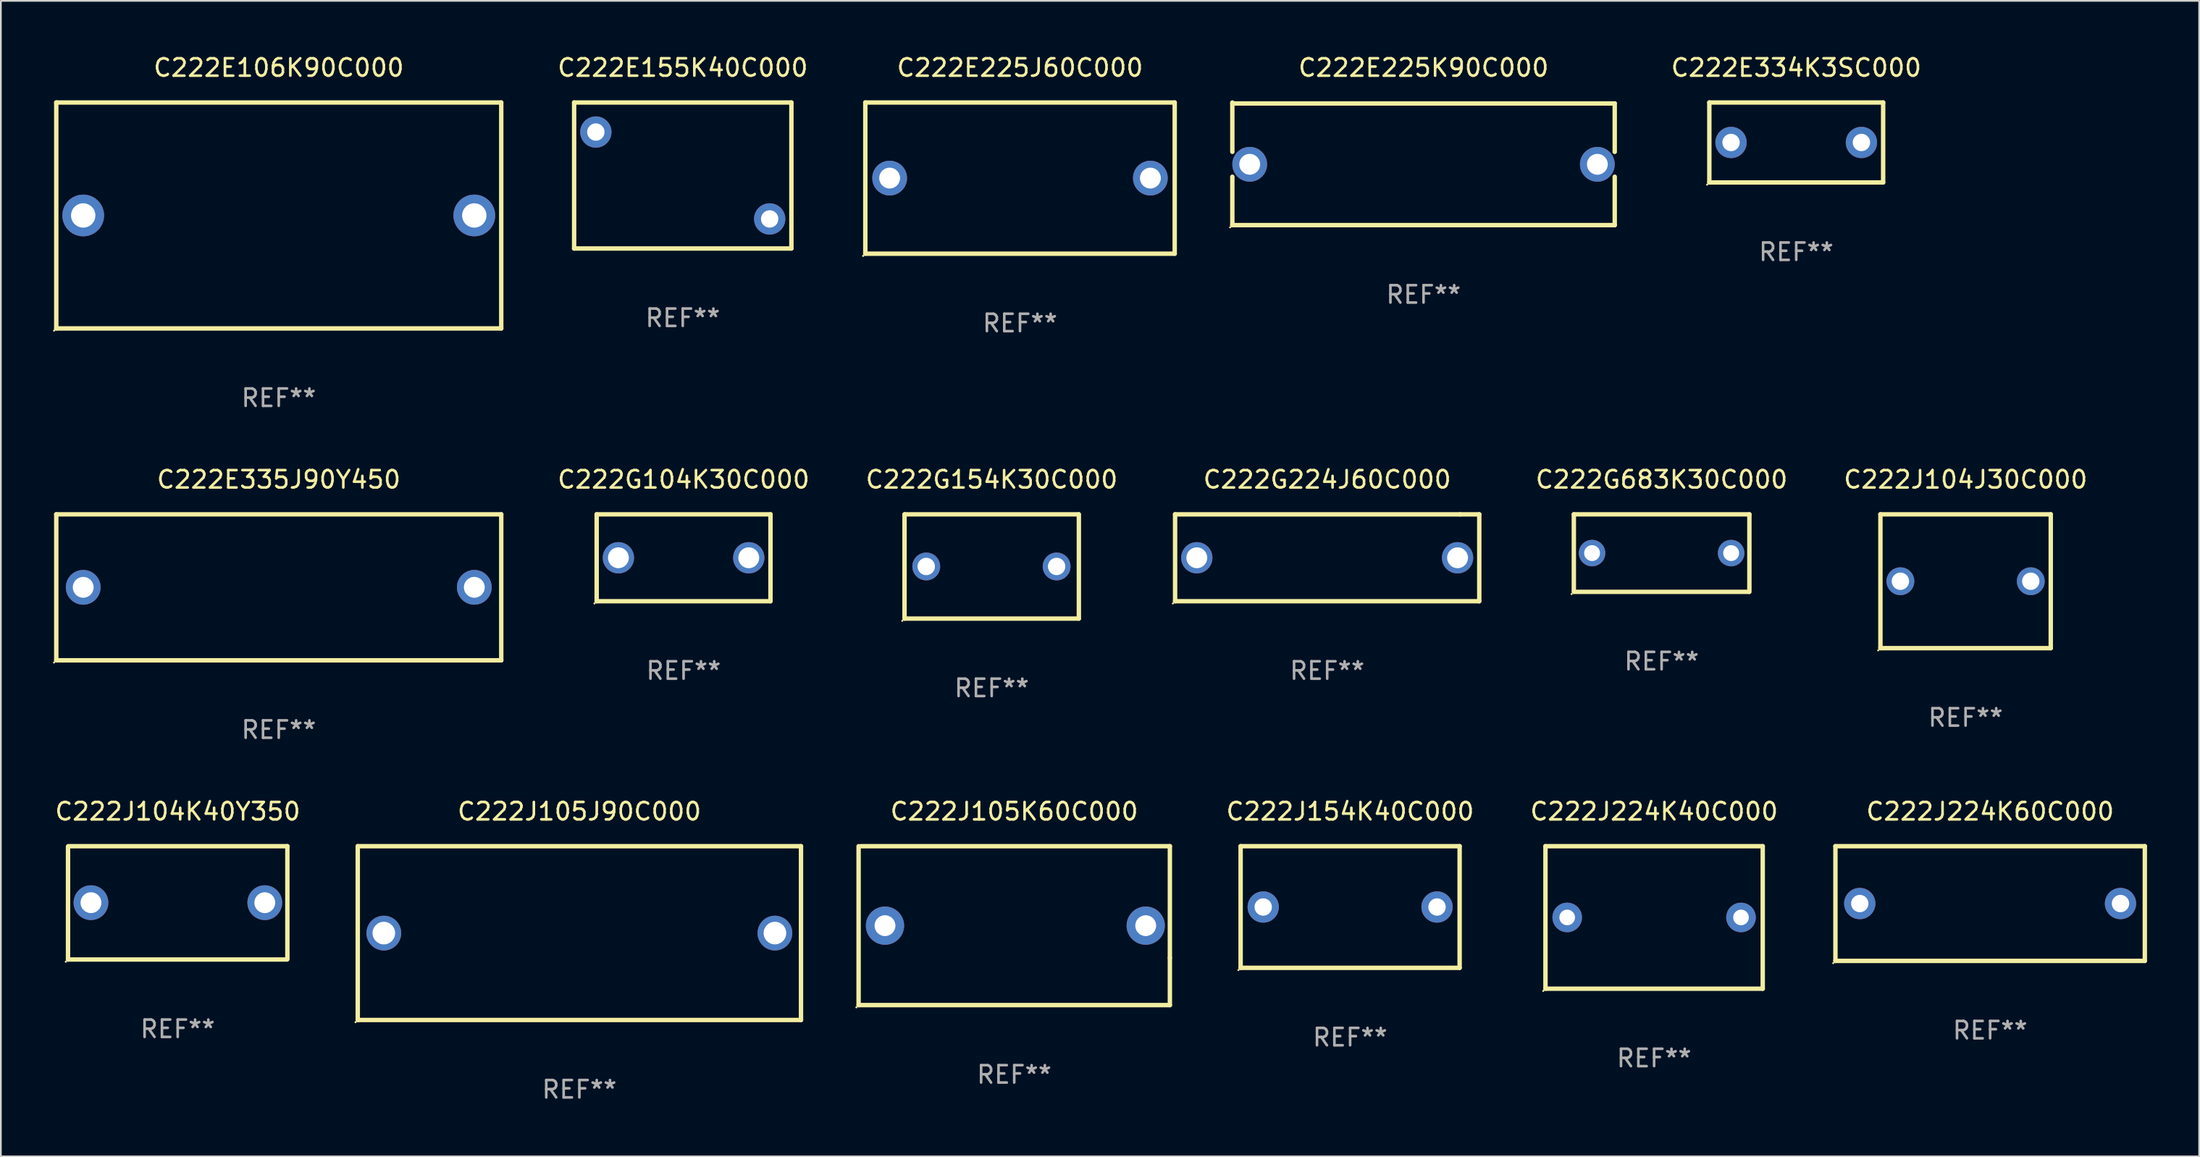
<source format=kicad_pcb>
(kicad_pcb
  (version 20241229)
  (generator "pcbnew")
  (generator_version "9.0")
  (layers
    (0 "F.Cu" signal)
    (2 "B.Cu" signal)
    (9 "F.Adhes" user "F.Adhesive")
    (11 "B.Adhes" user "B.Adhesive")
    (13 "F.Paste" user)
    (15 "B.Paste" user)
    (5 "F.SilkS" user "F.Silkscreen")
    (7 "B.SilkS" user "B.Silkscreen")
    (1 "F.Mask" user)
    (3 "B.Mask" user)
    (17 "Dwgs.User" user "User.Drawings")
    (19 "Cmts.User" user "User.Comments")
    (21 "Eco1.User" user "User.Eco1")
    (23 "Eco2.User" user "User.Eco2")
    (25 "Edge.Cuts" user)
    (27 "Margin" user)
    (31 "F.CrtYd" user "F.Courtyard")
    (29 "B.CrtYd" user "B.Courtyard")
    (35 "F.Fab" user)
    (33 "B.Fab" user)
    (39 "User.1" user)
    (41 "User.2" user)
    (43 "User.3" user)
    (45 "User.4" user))
  (footprint "C222E335J90Y450"
    (layer "F.Cu")
    (at 12.987 30.745)
    (property "Reference" "C222E335J90Y450" (at 0 -6.2 0) (layer "F.SilkS") (effects (font (size 1 1) (thickness 0.15))))
    (attr through_hole)
    (fp_line (start -12.8 -4.2) (end -12.8 4.2) (stroke (width 0.254) (type solid)) (layer "F.SilkS"))
    (fp_line (start -12.8 -4.2) (end 12.8 -4.2) (stroke (width 0.254) (type solid)) (layer "F.SilkS"))
    (fp_line (start 12.8 -4.2) (end 12.8 4.2) (stroke (width 0.254) (type solid)) (layer "F.SilkS"))
    (fp_line (start 12.8 4.2) (end -12.8 4.2) (stroke (width 0.254) (type solid)) (layer "F.SilkS"))
    (fp_circle (center -12.927 4.327) (end -12.897 4.327) (stroke (width 0.06) (type solid)) (fill no) (layer "F.SilkS"))
    (fp_text user "REF**" (at 0 8.2 0) (layer "F.Fab") (effects (font (size 1 1) (thickness 0.15))))
    (pad "1" thru_hole circle (at -11.25 0) (size 2 2) (drill 1.2) (layers "*.Cu" "*.Mask"))
    (pad "2" thru_hole circle (at 11.25 0) (size 2 2) (drill 1.2) (layers "*.Cu" "*.Mask")))
  (footprint "C222J224K40C000"
    (layer "F.Cu")
    (at 92.112 49.741)
    (property "Reference" "C222J224K40C000" (at 0 -6.1 0) (layer "F.SilkS") (effects (font (size 1 1) (thickness 0.15))))
    (attr through_hole)
    (fp_line (start -6.25 -4.1) (end -6.25 4.1) (stroke (width 0.254) (type solid)) (layer "F.SilkS"))
    (fp_line (start -6.25 -4.1) (end 6.249 -4.1) (stroke (width 0.254) (type solid)) (layer "F.SilkS"))
    (fp_line (start -6.249 4.1) (end 6.25 4.1) (stroke (width 0.254) (type solid)) (layer "F.SilkS"))
    (fp_line (start 6.25 -4.1) (end 6.25 4.1) (stroke (width 0.254) (type solid)) (layer "F.SilkS"))
    (fp_circle (center -6.377 4.227) (end -6.347 4.227) (stroke (width 0.06) (type solid)) (fill no) (layer "F.SilkS"))
    (fp_text user "REF**" (at 0 8.1 0) (layer "F.Fab") (effects (font (size 1 1) (thickness 0.15))))
    (pad "1" thru_hole circle (at -5 0.000013) (size 1.7 1.7) (drill 0.9) (layers "*.Cu" "*.Mask"))
    (pad "2" thru_hole circle (at 5 0.000013) (size 1.7 1.7) (drill 0.9) (layers "*.Cu" "*.Mask")))
  (footprint "C222E225J60C000"
    (layer "F.Cu")
    (at 55.632 7.198)
    (property "Reference" "C222E225J60C000" (at 0 -6.35 0) (layer "F.SilkS") (effects (font (size 1 1) (thickness 0.15))))
    (attr through_hole)
    (fp_line (start -8.9 -4.35) (end -8.9 4.35) (stroke (width 0.254) (type solid)) (layer "F.SilkS"))
    (fp_line (start -8.9 -4.35) (end 8.9 -4.35) (stroke (width 0.254) (type solid)) (layer "F.SilkS"))
    (fp_line (start 8.9 4.35) (end -8.9 4.35) (stroke (width 0.254) (type solid)) (layer "F.SilkS"))
    (fp_line (start 8.9 -4.35) (end 8.9 4.35) (stroke (width 0.254) (type solid)) (layer "F.SilkS"))
    (fp_circle (center -9.027 4.477) (end -8.997 4.477) (stroke (width 0.06) (type solid)) (fill no) (layer "F.SilkS"))
    (fp_text user "REF**" (at 0 8.35 0) (layer "F.Fab") (effects (font (size 1 1) (thickness 0.15))))
    (pad "1" thru_hole circle (at -7.5 0) (size 2 2) (drill 1.2) (layers "*.Cu" "*.Mask"))
    (pad "2" thru_hole circle (at 7.5 0) (size 2 2) (drill 1.2) (layers "*.Cu" "*.Mask")))
  (footprint "C222J224K60C000"
    (layer "F.Cu")
    (at 111.444 48.941)
    (property "Reference" "C222J224K60C000" (at 0 -5.3 0) (layer "F.SilkS") (effects (font (size 1 1) (thickness 0.15))))
    (attr through_hole)
    (fp_line (start -8.9 -3.3) (end -8.9 3.3) (stroke (width 0.254) (type solid)) (layer "F.SilkS"))
    (fp_line (start -8.9 -3.3) (end 8.9 -3.3) (stroke (width 0.254) (type solid)) (layer "F.SilkS"))
    (fp_line (start -8.9 3.3) (end 8.9 3.3) (stroke (width 0.254) (type solid)) (layer "F.SilkS"))
    (fp_line (start 8.9 -3.3) (end 8.9 3.3) (stroke (width 0.254) (type solid)) (layer "F.SilkS"))
    (fp_circle (center -9.027 3.427) (end -8.997 3.427) (stroke (width 0.06) (type solid)) (fill no) (layer "F.SilkS"))
    (fp_text user "REF**" (at 0 7.3 0) (layer "F.Fab") (effects (font (size 1 1) (thickness 0.15))))
    (pad "1" thru_hole circle (at -7.5 0) (size 1.8 1.8) (drill 1) (layers "*.Cu" "*.Mask"))
    (pad "2" thru_hole circle (at 7.5 0) (size 1.8 1.8) (drill 1) (layers "*.Cu" "*.Mask")))
  (footprint "C222G154K30C000"
    (layer "F.Cu")
    (at 54.003 29.545)
    (property "Reference" "C222G154K30C000" (at 0 -5 0) (layer "F.SilkS") (effects (font (size 1 1) (thickness 0.15))))
    (attr through_hole)
    (fp_line (start -5.015 3) (end -5.015 -3) (stroke (width 0.254) (type solid)) (layer "F.SilkS"))
    (fp_line (start -5.005 -3) (end 4.995 -3) (stroke (width 0.254) (type solid)) (layer "F.SilkS"))
    (fp_line (start 5.005 3) (end -4.995 3) (stroke (width 0.254) (type solid)) (layer "F.SilkS"))
    (fp_line (start 5.015 -3) (end 5.015 3) (stroke (width 0.254) (type solid)) (layer "F.SilkS"))
    (fp_circle (center -5.142 3.127) (end -5.112 3.127) (stroke (width 0.06) (type solid)) (fill no) (layer "F.SilkS"))
    (fp_text user "REF**" (at 0 7 0) (layer "F.Fab") (effects (font (size 1 1) (thickness 0.15))))
    (pad "1" thru_hole circle (at -3.765 0) (size 1.6 1.6) (drill 1) (layers "*.Cu" "*.Mask"))
    (pad "2" thru_hole circle (at 3.735 0) (size 1.6 1.6) (drill 1) (layers "*.Cu" "*.Mask")))
  (footprint "C222J105J90C000"
    (layer "F.Cu")
    (at 30.282 50.641)
    (property "Reference" "C222J105J90C000" (at 0 -7 0) (layer "F.SilkS") (effects (font (size 1 1) (thickness 0.15))))
    (attr through_hole)
    (fp_line (start -12.75 -5) (end 12.75 -5) (stroke (width 0.254) (type solid)) (layer "F.SilkS"))
    (fp_line (start -12.75 5) (end -12.75 -5) (stroke (width 0.254) (type solid)) (layer "F.SilkS"))
    (fp_line (start 12.75 -5) (end 12.75 5) (stroke (width 0.254) (type solid)) (layer "F.SilkS"))
    (fp_line (start 12.75 5) (end -12.75 5) (stroke (width 0.254) (type solid)) (layer "F.SilkS"))
    (fp_circle (center -12.877 5.127) (end -12.847 5.127) (stroke (width 0.06) (type solid)) (fill no) (layer "F.SilkS"))
    (fp_text user "REF**" (at 0 9 0) (layer "F.Fab") (effects (font (size 1 1) (thickness 0.15))))
    (pad "1" thru_hole circle (at -11.25 0) (size 2 2) (drill 1.3) (layers "*.Cu" "*.Mask"))
    (pad "2" thru_hole circle (at 11.25 0) (size 2 2) (drill 1.3) (layers "*.Cu" "*.Mask")))
  (footprint "C222G224J60C000"
    (layer "F.Cu")
    (at 73.304 29.045)
    (property "Reference" "C222G224J60C000" (at 0 -4.5 0) (layer "F.SilkS") (effects (font (size 1 1) (thickness 0.15))))
    (attr through_hole)
    (fp_line (start -8.75 -2.499) (end 7.653 -2.499) (stroke (width 0.254) (type solid)) (layer "F.SilkS"))
    (fp_line (start -8.75 2.5) (end -8.75 -2.5) (stroke (width 0.254) (type solid)) (layer "F.SilkS"))
    (fp_line (start 7.653 -2.499) (end 8.75 -2.499) (stroke (width 0.254) (type solid)) (layer "F.SilkS"))
    (fp_line (start 8.75 -2.5) (end 8.75 2.5) (stroke (width 0.254) (type solid)) (layer "F.SilkS"))
    (fp_line (start 8.75 2.5) (end -8.75 2.5) (stroke (width 0.254) (type solid)) (layer "F.SilkS"))
    (fp_circle (center -8.877 2.627) (end -8.847 2.627) (stroke (width 0.06) (type solid)) (fill no) (layer "F.SilkS"))
    (fp_text user "REF**" (at 0 6.5 0) (layer "F.Fab") (effects (font (size 1 1) (thickness 0.15))))
    (pad "1" thru_hole circle (at -7.501 0) (size 1.8 1.8) (drill 1.2) (layers "*.Cu" "*.Mask"))
    (pad "2" thru_hole circle (at 7.501 0) (size 1.8 1.8) (drill 1.2) (layers "*.Cu" "*.Mask")))
  (footprint "C222J154K40C000"
    (layer "F.Cu")
    (at 74.624 49.141)
    (property "Reference" "C222J154K40C000" (at 0 -5.5 0) (layer "F.SilkS") (effects (font (size 1 1) (thickness 0.15))))
    (attr through_hole)
    (fp_line (start -6.3 -3.5) (end -6.3 3.5) (stroke (width 0.254) (type solid)) (layer "F.SilkS"))
    (fp_line (start -6.3 -3.5) (end 6.3 -3.5) (stroke (width 0.254) (type solid)) (layer "F.SilkS"))
    (fp_line (start -6.3 3.5) (end 6.3 3.5) (stroke (width 0.254) (type solid)) (layer "F.SilkS"))
    (fp_line (start 6.3 -3.5) (end 6.3 3.5) (stroke (width 0.254) (type solid)) (layer "F.SilkS"))
    (fp_circle (center -6.427 3.627) (end -6.397 3.627) (stroke (width 0.06) (type solid)) (fill no) (layer "F.SilkS"))
    (fp_text user "REF**" (at 0 7.5 0) (layer "F.Fab") (effects (font (size 1 1) (thickness 0.15))))
    (pad "1" thru_hole circle (at -5 0) (size 1.8 1.8) (drill 1) (layers "*.Cu" "*.Mask"))
    (pad "2" thru_hole circle (at 5 0) (size 1.8 1.8) (drill 1) (layers "*.Cu" "*.Mask")))
  (footprint "C222J105K60C000"
    (layer "F.Cu")
    (at 55.3 50.213)
    (property "Reference" "C222J105K60C000" (at 0 -6.572 0) (layer "F.SilkS") (effects (font (size 1 1) (thickness 0.15))))
    (attr through_hole)
    (fp_line (start -8.954 4.572) (end -8.954 -4.572) (stroke (width 0.254) (type solid)) (layer "F.SilkS"))
    (fp_line (start -8.827 -4.572) (end 8.954 -4.572) (stroke (width 0.254) (type solid)) (layer "F.SilkS"))
    (fp_line (start 8.954 -4.572) (end 8.954 1.859) (stroke (width 0.254) (type solid)) (layer "F.SilkS"))
    (fp_line (start 8.954 1.859) (end 8.954 4.572) (stroke (width 0.254) (type solid)) (layer "F.SilkS"))
    (fp_line (start 8.954 4.572) (end -8.954 4.572) (stroke (width 0.254) (type solid)) (layer "F.SilkS"))
    (fp_circle (center -9.081 4.699) (end -9.051 4.699) (stroke (width 0.06) (type solid)) (fill no) (layer "F.SilkS"))
    (fp_text user "REF**" (at 0 8.572 0) (layer "F.Fab") (effects (font (size 1 1) (thickness 0.15))))
    (pad "1" thru_hole circle (at -7.436 0) (size 2.2 2.2) (drill 1.2) (layers "*.Cu" "*.Mask"))
    (pad "2" thru_hole circle (at 7.564 0) (size 2.2 2.2) (drill 1.2) (layers "*.Cu" "*.Mask")))
  (footprint "C222E106K90C000"
    (layer "F.Cu")
    (at 12.987 9.348)
    (property "Reference" "C222E106K90C000" (at 0 -8.5 0) (layer "F.SilkS") (effects (font (size 1 1) (thickness 0.15))))
    (attr through_hole)
    (fp_line (start -12.8 -6.5) (end -12.8 6.5) (stroke (width 0.254) (type solid)) (layer "F.SilkS"))
    (fp_line (start -12.8 -6.5) (end 12.8 -6.5) (stroke (width 0.254) (type solid)) (layer "F.SilkS"))
    (fp_line (start -12.8 6.5) (end 12.8 6.5) (stroke (width 0.254) (type solid)) (layer "F.SilkS"))
    (fp_line (start 12.8 -6.5) (end 12.8 6.5) (stroke (width 0.254) (type solid)) (layer "F.SilkS"))
    (fp_circle (center -12.927 6.627) (end -12.897 6.627) (stroke (width 0.06) (type solid)) (fill no) (layer "F.SilkS"))
    (fp_text user "REF**" (at 0 10.5 0) (layer "F.Fab") (effects (font (size 1 1) (thickness 0.15))))
    (pad "1" thru_hole circle (at -11.25 0) (size 2.4 2.4) (drill 1.4) (layers "*.Cu" "*.Mask"))
    (pad "2" thru_hole circle (at 11.25 0) (size 2.4 2.4) (drill 1.4) (layers "*.Cu" "*.Mask")))
  (footprint "C222G683K30C000"
    (layer "F.Cu")
    (at 92.544 28.775)
    (property "Reference" "C222G683K30C000" (at 0 -4.23 0) (layer "F.SilkS") (effects (font (size 1 1) (thickness 0.15))))
    (attr through_hole)
    (fp_line (start -5.05 -2.23) (end 5.05 -2.23) (stroke (width 0.254) (type solid)) (layer "F.SilkS"))
    (fp_line (start -5.05 2.23) (end -5.05 -2.23) (stroke (width 0.254) (type solid)) (layer "F.SilkS"))
    (fp_line (start 5.02 2.23) (end -4.98 2.23) (stroke (width 0.254) (type solid)) (layer "F.SilkS"))
    (fp_line (start 5.05 -2.23) (end 5.05 2.23) (stroke (width 0.254) (type solid)) (layer "F.SilkS"))
    (fp_circle (center -5.177 2.357) (end -5.147 2.357) (stroke (width 0.06) (type solid)) (fill no) (layer "F.SilkS"))
    (fp_text user "REF**" (at 0 6.23 0) (layer "F.Fab") (effects (font (size 1 1) (thickness 0.15))))
    (pad "1" thru_hole circle (at -4.001 0.000064) (size 1.524 1.524) (drill 0.914) (layers "*.Cu" "*.Mask"))
    (pad "2" thru_hole circle (at 4 0.000064) (size 1.524 1.524) (drill 0.914) (layers "*.Cu" "*.Mask")))
  (footprint "C222E155K40C000"
    (layer "F.Cu")
    (at 36.23 7.048)
    (property "Reference" "C222E155K40C000" (at 0 -6.2 0) (layer "F.SilkS") (effects (font (size 1 1) (thickness 0.15))))
    (attr through_hole)
    (fp_line (start -6.25 -4.2) (end -6.25 4.2) (stroke (width 0.254) (type solid)) (layer "F.SilkS"))
    (fp_line (start -6.25 -4.2) (end 6.25 -4.2) (stroke (width 0.254) (type solid)) (layer "F.SilkS"))
    (fp_line (start -6.25 4.2) (end 6.25 4.2) (stroke (width 0.254) (type solid)) (layer "F.SilkS"))
    (fp_line (start 6.25 -4.2) (end 6.25 4.2) (stroke (width 0.254) (type solid)) (layer "F.SilkS"))
    (fp_circle (center -6.25 -4.2) (end -6.22 -4.2) (stroke (width 0.06) (type solid)) (fill no) (layer "F.SilkS"))
    (fp_text user "REF**" (at 0 8.2 0) (layer "F.Fab") (effects (font (size 1 1) (thickness 0.15))))
    (pad "1" thru_hole circle (at -5 -2.5) (size 1.8 1.8) (drill 1) (layers "*.Cu" "*.Mask"))
    (pad "2" thru_hole circle (at 5 2.5) (size 1.8 1.8) (drill 1) (layers "*.Cu" "*.Mask")))
  (footprint "C222E334K3SC000"
    (layer "F.Cu")
    (at 100.289 5.148)
    (property "Reference" "C222E334K3SC000" (at 0 -4.3 0) (layer "F.SilkS") (effects (font (size 1 1) (thickness 0.15))))
    (attr through_hole)
    (fp_line (start -5 -2.3) (end 5 -2.3) (stroke (width 0.254) (type solid)) (layer "F.SilkS"))
    (fp_line (start -5 2.3) (end -5 -2.3) (stroke (width 0.254) (type solid)) (layer "F.SilkS"))
    (fp_line (start -5 2.3) (end 5 2.3) (stroke (width 0.254) (type solid)) (layer "F.SilkS"))
    (fp_line (start 5 2.3) (end 5 -2.3) (stroke (width 0.254) (type solid)) (layer "F.SilkS"))
    (fp_circle (center -5.127 2.427) (end -5.097 2.427) (stroke (width 0.06) (type solid)) (fill no) (layer "F.SilkS"))
    (fp_text user "REF**" (at 0 6.3 0) (layer "F.Fab") (effects (font (size 1 1) (thickness 0.15))))
    (pad "1" thru_hole circle (at -3.75 0) (size 1.8 1.8) (drill 1) (layers "*.Cu" "*.Mask"))
    (pad "2" thru_hole circle (at 3.75 0) (size 1.8 1.8) (drill 1) (layers "*.Cu" "*.Mask")))
  (footprint "C222J104K40Y350"
    (layer "F.Cu")
    (at 7.173 48.901)
    (property "Reference" "C222J104K40Y350" (at 0 -5.26 0) (layer "F.SilkS") (effects (font (size 1 1) (thickness 0.15))))
    (attr through_hole)
    (fp_line (start -6.31 3.26) (end -6.31 -3.24) (stroke (width 0.254) (type solid)) (layer "F.SilkS"))
    (fp_line (start -6.29 -3.26) (end 6.31 -3.26) (stroke (width 0.254) (type solid)) (layer "F.SilkS"))
    (fp_line (start 6.29 3.26) (end -6.31 3.26) (stroke (width 0.254) (type solid)) (layer "F.SilkS"))
    (fp_line (start 6.31 -3.26) (end 6.31 3.24) (stroke (width 0.254) (type solid)) (layer "F.SilkS"))
    (fp_circle (center -6.437 3.387) (end -6.407 3.387) (stroke (width 0.06) (type solid)) (fill no) (layer "F.SilkS"))
    (fp_text user "REF**" (at 0 7.26 0) (layer "F.Fab") (effects (font (size 1 1) (thickness 0.15))))
    (pad "1" thru_hole circle (at -4.99 -0.01) (size 2 2) (drill 1.2) (layers "*.Cu" "*.Mask"))
    (pad "2" thru_hole circle (at 5.01 -0.01) (size 2 2) (drill 1.2) (layers "*.Cu" "*.Mask")))
  (footprint "C222G104K30C000"
    (layer "F.Cu")
    (at 36.277 29.045)
    (property "Reference" "C222G104K30C000" (at 0 -4.5 0) (layer "F.SilkS") (effects (font (size 1 1) (thickness 0.15))))
    (attr through_hole)
    (fp_line (start -5 -2.5) (end 5 -2.5) (stroke (width 0.254) (type solid)) (layer "F.SilkS"))
    (fp_line (start -5 2.5) (end -5 -2.5) (stroke (width 0.254) (type solid)) (layer "F.SilkS"))
    (fp_line (start 5 -2.5) (end 5 2.5) (stroke (width 0.254) (type solid)) (layer "F.SilkS"))
    (fp_line (start 5 2.5) (end -5 2.5) (stroke (width 0.254) (type solid)) (layer "F.SilkS"))
    (fp_circle (center -5.127 2.627) (end -5.097 2.627) (stroke (width 0.06) (type solid)) (fill no) (layer "F.SilkS"))
    (fp_text user "REF**" (at 0 6.5 0) (layer "F.Fab") (effects (font (size 1 1) (thickness 0.15))))
    (pad "1" thru_hole circle (at -3.75 0) (size 1.8 1.8) (drill 1.2) (layers "*.Cu" "*.Mask"))
    (pad "2" thru_hole circle (at 3.75 0) (size 1.8 1.8) (drill 1.2) (layers "*.Cu" "*.Mask")))
  (footprint "C222J104J30C000"
    (layer "F.Cu")
    (at 110.032 30.395)
    (property "Reference" "C222J104J30C000" (at 0 -5.85 0) (layer "F.SilkS") (effects (font (size 1 1) (thickness 0.15))))
    (attr through_hole)
    (fp_line (start -4.9 -3.85) (end 4.9 -3.85) (stroke (width 0.254) (type solid)) (layer "F.SilkS"))
    (fp_line (start -4.9 3.85) (end -4.9 -3.85) (stroke (width 0.254) (type solid)) (layer "F.SilkS"))
    (fp_line (start 4.9 3.85) (end -4.9 3.85) (stroke (width 0.254) (type solid)) (layer "F.SilkS"))
    (fp_line (start 4.9 3.85) (end 4.9 -3.85) (stroke (width 0.254) (type solid)) (layer "F.SilkS"))
    (fp_circle (center -5.027 3.977) (end -4.997 3.977) (stroke (width 0.06) (type solid)) (fill no) (layer "F.SilkS"))
    (fp_text user "REF**" (at 0 7.85 0) (layer "F.Fab") (effects (font (size 1 1) (thickness 0.15))))
    (pad "1" thru_hole circle (at -3.75 0) (size 1.6 1.6) (drill 1) (layers "*.Cu" "*.Mask"))
    (pad "2" thru_hole circle (at 3.75 0) (size 1.6 1.6) (drill 1) (layers "*.Cu" "*.Mask")))
  (footprint "C222E225K90C000"
    (layer "F.Cu")
    (at 78.847 6.376)
    (property "Reference" "C222E225K90C000" (at 0 -5.528 0) (layer "F.SilkS") (effects (font (size 1 1) (thickness 0.15))))
    (attr through_hole)
    (fp_line (start -11 -3.472) (end 11 -3.472) (stroke (width 0.254) (type solid)) (layer "F.SilkS"))
    (fp_line (start -11 -0.688) (end -11 -3.528) (stroke (width 0.254) (type solid)) (layer "F.SilkS"))
    (fp_line (start -11 3.528) (end -11 0.744) (stroke (width 0.254) (type solid)) (layer "F.SilkS"))
    (fp_line (start 11 -3.472) (end 11 -0.688) (stroke (width 0.254) (type solid)) (layer "F.SilkS"))
    (fp_line (start 11 0.744) (end 11 3.528) (stroke (width 0.254) (type solid)) (layer "F.SilkS"))
    (fp_line (start 11 3.528) (end -11 3.528) (stroke (width 0.254) (type solid)) (layer "F.SilkS"))
    (fp_circle (center -11.127 3.655) (end -11.097 3.655) (stroke (width 0.06) (type solid)) (fill no) (layer "F.SilkS"))
    (fp_text user "REF**" (at 0 7.528 0) (layer "F.Fab") (effects (font (size 1 1) (thickness 0.15))))
    (pad "1" thru_hole circle (at -10 0.028) (size 2 2) (drill 1.2) (layers "*.Cu" "*.Mask"))
    (pad "2" thru_hole circle (at 10 0.028) (size 2 2) (drill 1.2) (layers "*.Cu" "*.Mask")))
  (gr_rect
    (start -3 -3)
    (end 123.471 63.49)
    (stroke (width 0.1) (type default))
    (fill no)
    (layer "Edge.Cuts")))
</source>
